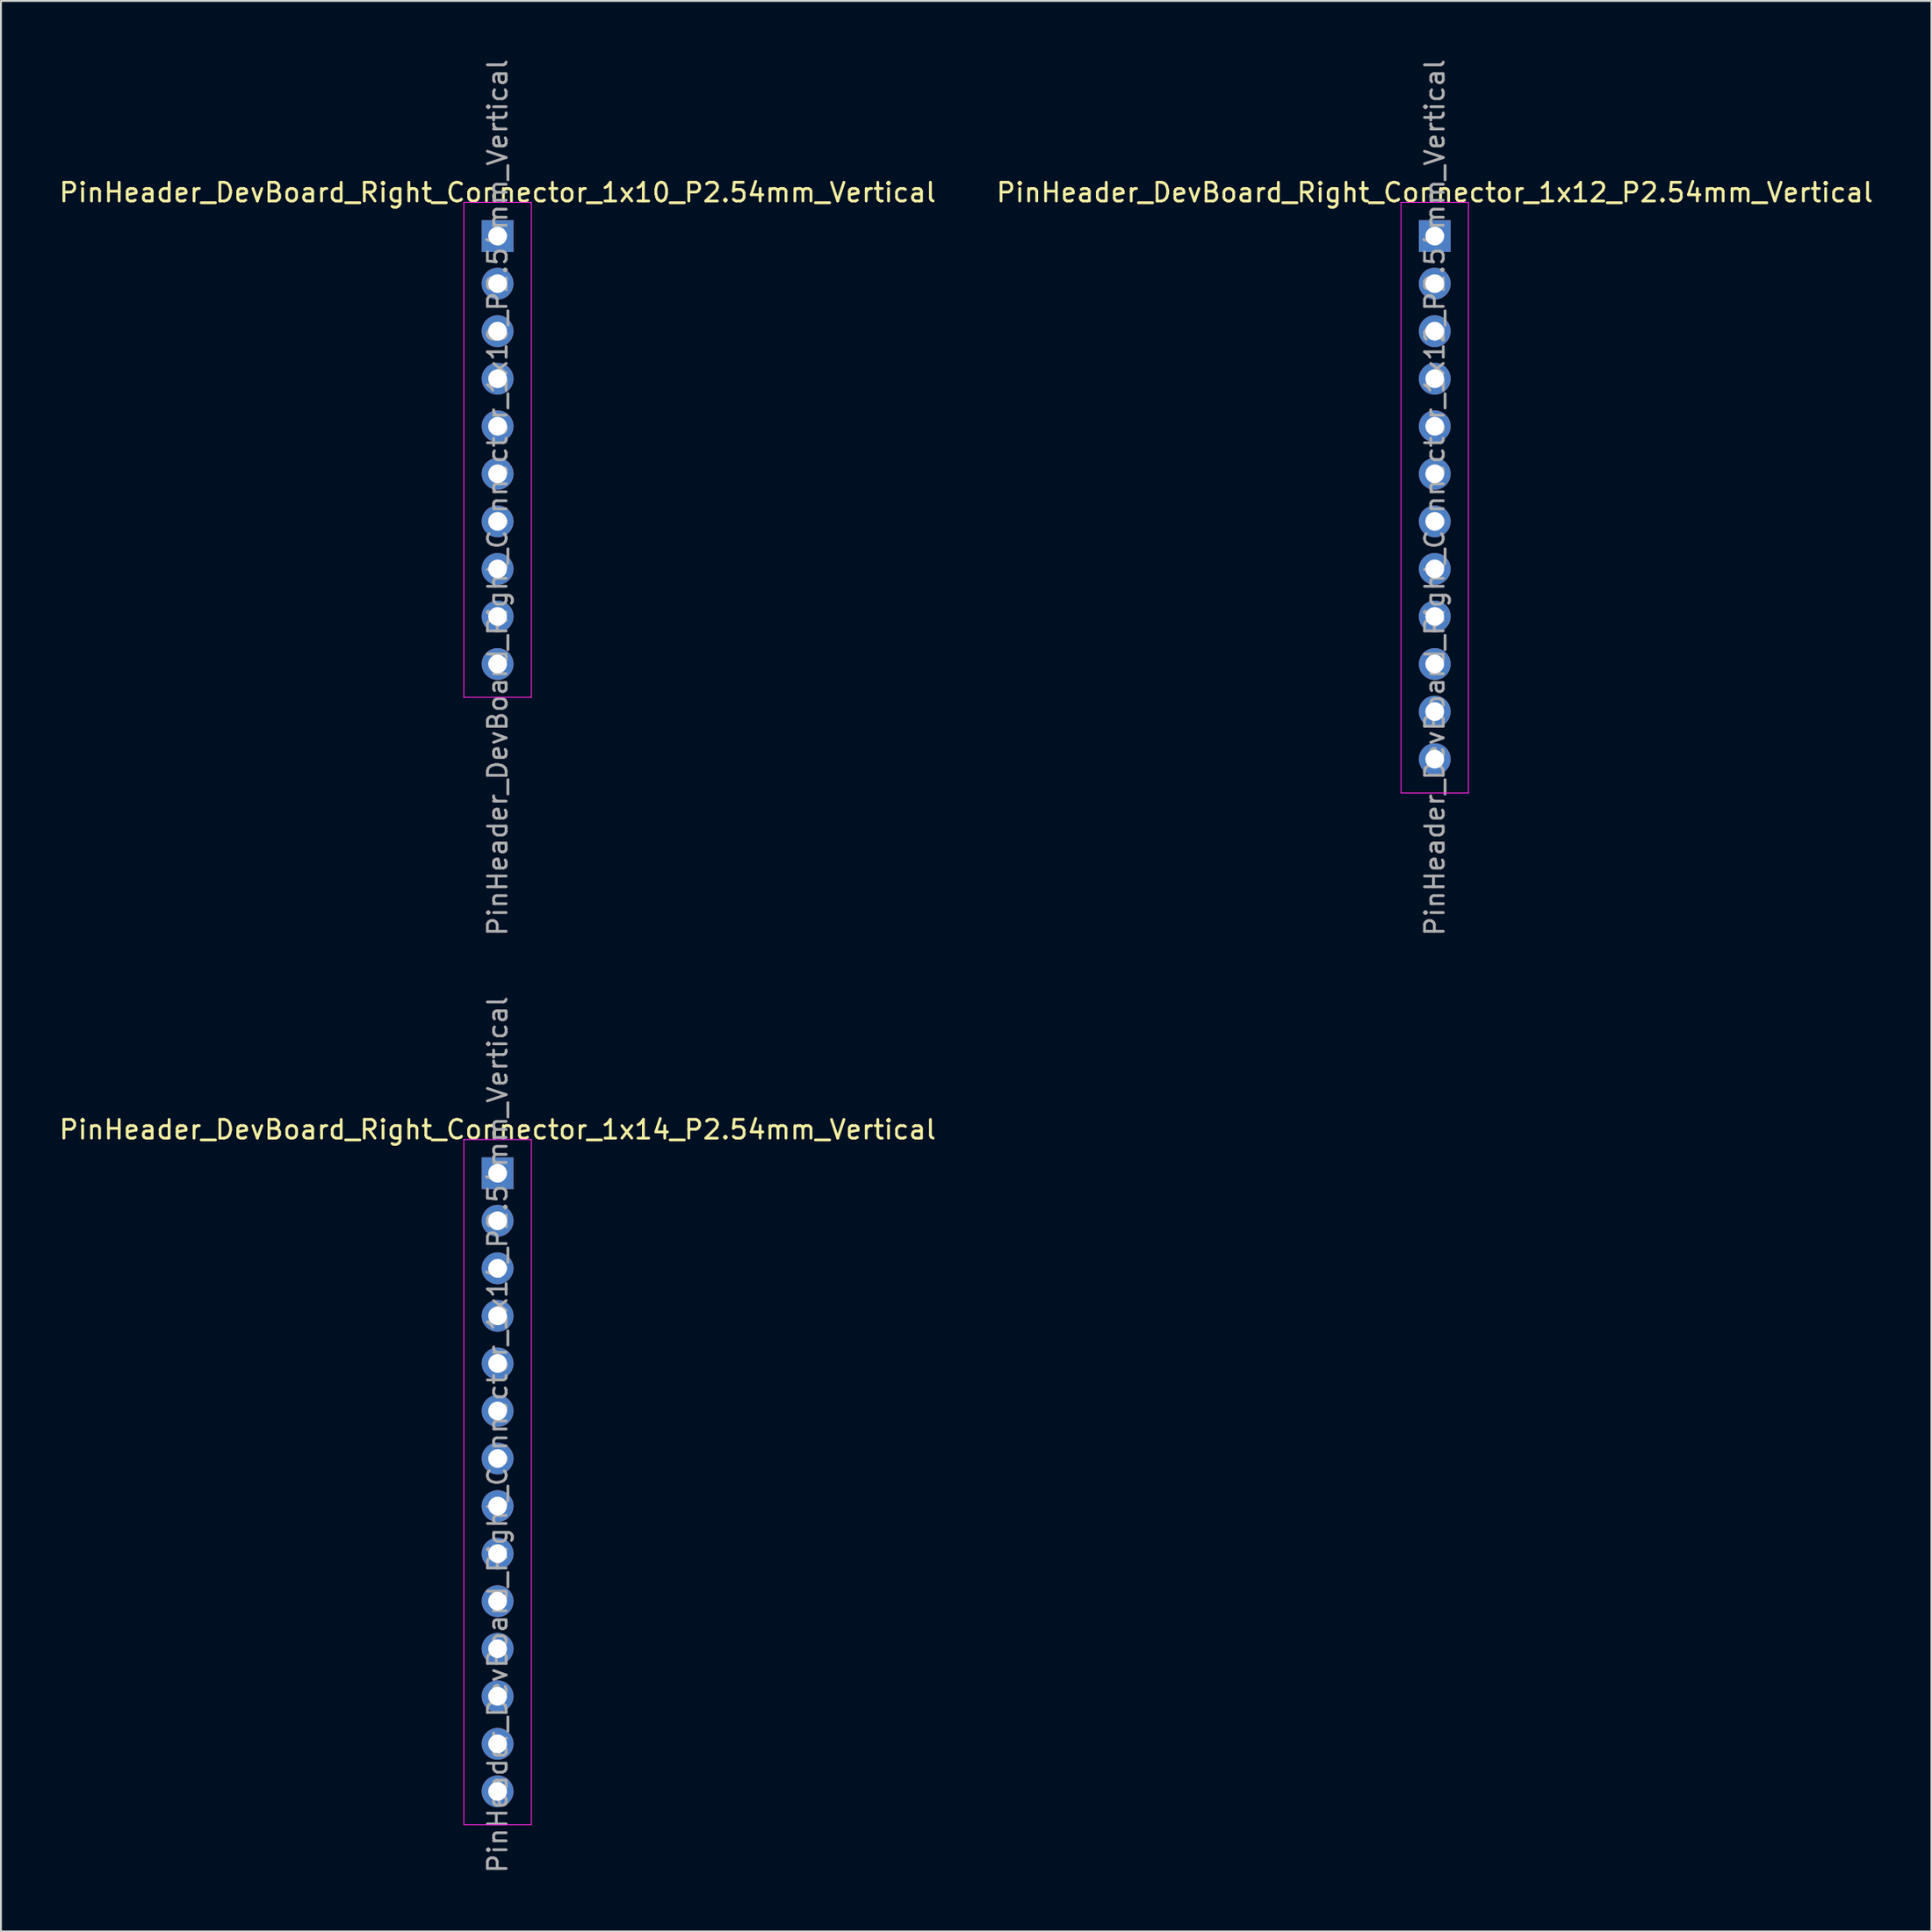
<source format=kicad_pcb>
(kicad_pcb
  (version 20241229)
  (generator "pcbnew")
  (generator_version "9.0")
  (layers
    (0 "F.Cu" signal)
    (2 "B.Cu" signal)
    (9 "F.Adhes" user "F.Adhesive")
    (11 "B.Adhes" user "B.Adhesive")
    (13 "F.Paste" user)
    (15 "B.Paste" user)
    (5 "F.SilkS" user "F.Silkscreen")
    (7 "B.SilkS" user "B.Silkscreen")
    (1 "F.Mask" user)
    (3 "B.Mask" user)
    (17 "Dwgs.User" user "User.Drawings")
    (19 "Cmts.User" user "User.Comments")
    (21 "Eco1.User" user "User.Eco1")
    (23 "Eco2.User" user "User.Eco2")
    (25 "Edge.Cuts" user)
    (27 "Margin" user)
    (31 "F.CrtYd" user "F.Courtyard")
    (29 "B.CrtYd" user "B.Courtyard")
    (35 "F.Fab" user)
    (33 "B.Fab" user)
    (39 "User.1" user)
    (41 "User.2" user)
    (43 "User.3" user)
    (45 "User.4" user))
  (footprint "PinHeader_DevBoard_Right_Connector_1x12_P2.54mm_Vertical"
    (layer "F.Cu")
    (at 73.589 9.56)
    (property "Reference" "PinHeader_DevBoard_Right_Connector_1x12_P2.54mm_Vertical" (at 0 -2.33 0) (layer "F.SilkS") (effects (font (size 1 1) (thickness 0.15))))
    (attr through_hole)
    (fp_line (start -1.8 -1.8) (end -1.8 29.75) (stroke (width 0.05) (type solid)) (layer "F.CrtYd"))
    (fp_line (start -1.8 29.75) (end 1.8 29.75) (stroke (width 0.05) (type solid)) (layer "F.CrtYd"))
    (fp_line (start 1.8 -1.8) (end -1.8 -1.8) (stroke (width 0.05) (type solid)) (layer "F.CrtYd"))
    (fp_line (start 1.8 29.75) (end 1.8 -1.8) (stroke (width 0.05) (type solid)) (layer "F.CrtYd"))
    (fp_text user "${NET_NAME(11)}" (at 0.508 24.638 315) (unlocked yes) (layer "B.SilkS") (effects (font (size 0.6 0.6) (thickness 0.15) (bold yes)) (justify bottom mirror)))
    (fp_text user "${NET_NAME(2)}" (at 0.508 1.778 315) (unlocked yes) (layer "B.SilkS") (effects (font (size 0.6 0.6) (thickness 0.15) (bold yes)) (justify bottom mirror)))
    (fp_text user "${NET_NAME(12)}" (at 0.508 27.178 315) (unlocked yes) (layer "B.SilkS") (effects (font (size 0.6 0.6) (thickness 0.15) (bold yes)) (justify bottom mirror)))
    (fp_text user "${NET_NAME(3)}" (at 0.508 4.318 315) (unlocked yes) (layer "B.SilkS") (effects (font (size 0.6 0.6) (thickness 0.15) (bold yes)) (justify bottom mirror)))
    (fp_text user "${NET_NAME(5)}" (at 0.508 9.398 315) (unlocked yes) (layer "B.SilkS") (effects (font (size 0.6 0.6) (thickness 0.15) (bold yes)) (justify bottom mirror)))
    (fp_text user "${NET_NAME(6)}" (at 0.508 11.938 315) (unlocked yes) (layer "B.SilkS") (effects (font (size 0.6 0.6) (thickness 0.15) (bold yes)) (justify bottom mirror)))
    (fp_text user "${NET_NAME(4)}" (at 0.508 6.858 315) (unlocked yes) (layer "B.SilkS") (effects (font (size 0.6 0.6) (thickness 0.15) (bold yes)) (justify bottom mirror)))
    (fp_text user "${NET_NAME(9)}" (at 0.508 19.558 315) (unlocked yes) (layer "B.SilkS") (effects (font (size 0.6 0.6) (thickness 0.15) (bold yes)) (justify bottom mirror)))
    (fp_text user "${NET_NAME(10)}" (at 0.508 22.098 315) (unlocked yes) (layer "B.SilkS") (effects (font (size 0.6 0.6) (thickness 0.15) (bold yes)) (justify bottom mirror)))
    (fp_text user "${NET_NAME(8)}" (at 0.508 17.018 315) (unlocked yes) (layer "B.SilkS") (effects (font (size 0.6 0.6) (thickness 0.15) (bold yes)) (justify bottom mirror)))
    (fp_text user "${NET_NAME(7)}" (at 0.508 14.478 315) (unlocked yes) (layer "B.SilkS") (effects (font (size 0.6 0.6) (thickness 0.15) (bold yes)) (justify bottom mirror)))
    (fp_text user "${NET_NAME(1)}" (at 0.762 -1.016 315) (unlocked yes) (layer "B.SilkS") (effects (font (size 0.6 0.6) (thickness 0.15) (bold yes)) (justify bottom mirror)))
    (fp_text user "${REFERENCE}" (at 0 13.97 90) (layer "F.Fab") (effects (font (size 1 1) (thickness 0.15))))
    (pad "1" thru_hole rect (at 0 0) (size 1.7 1.7) (drill 1) (layers "*.Cu" "*.Mask"))
    (pad "2" thru_hole oval (at 0 2.54) (size 1.7 1.7) (drill 1) (layers "*.Cu" "*.Mask"))
    (pad "3" thru_hole oval (at 0 5.08) (size 1.7 1.7) (drill 1) (layers "*.Cu" "*.Mask"))
    (pad "4" thru_hole oval (at 0 7.62) (size 1.7 1.7) (drill 1) (layers "*.Cu" "*.Mask"))
    (pad "5" thru_hole oval (at 0 10.16) (size 1.7 1.7) (drill 1) (layers "*.Cu" "*.Mask"))
    (pad "6" thru_hole oval (at 0 12.7) (size 1.7 1.7) (drill 1) (layers "*.Cu" "*.Mask"))
    (pad "7" thru_hole oval (at 0 15.24) (size 1.7 1.7) (drill 1) (layers "*.Cu" "*.Mask"))
    (pad "8" thru_hole oval (at 0 17.78) (size 1.7 1.7) (drill 1) (layers "*.Cu" "*.Mask"))
    (pad "9" thru_hole oval (at 0 20.32) (size 1.7 1.7) (drill 1) (layers "*.Cu" "*.Mask"))
    (pad "10" thru_hole oval (at 0 22.86) (size 1.7 1.7) (drill 1) (layers "*.Cu" "*.Mask"))
    (pad "11" thru_hole oval (at 0 25.4) (size 1.7 1.7) (drill 1) (layers "*.Cu" "*.Mask"))
    (pad "12" thru_hole oval (at 0 27.94) (size 1.7 1.7) (drill 1) (layers "*.Cu" "*.Mask")))
  (footprint "PinHeader_DevBoard_Right_Connector_1x14_P2.54mm_Vertical"
    (layer "F.Cu")
    (at 23.53 59.619)
    (property "Reference" "PinHeader_DevBoard_Right_Connector_1x14_P2.54mm_Vertical" (at 0 -2.33 0) (layer "F.SilkS") (effects (font (size 1 1) (thickness 0.15))))
    (attr through_hole)
    (fp_line (start -1.8 -1.8) (end -1.8 34.798) (stroke (width 0.05) (type solid)) (layer "F.CrtYd"))
    (fp_line (start -1.8 34.798) (end 1.8 34.798) (stroke (width 0.05) (type solid)) (layer "F.CrtYd"))
    (fp_line (start 1.8 -1.8) (end -1.8 -1.8) (stroke (width 0.05) (type solid)) (layer "F.CrtYd"))
    (fp_line (start 1.8 34.798) (end 1.8 -1.8) (stroke (width 0.05) (type solid)) (layer "F.CrtYd"))
    (fp_text user "${NET_NAME(10)}" (at 0.508 22.098 315) (unlocked yes) (layer "B.SilkS") (effects (font (size 0.6 0.6) (thickness 0.15) (bold yes)) (justify bottom mirror)))
    (fp_text user "${NET_NAME(14)}" (at 0.508 32.258 315) (unlocked yes) (layer "B.SilkS") (effects (font (size 0.6 0.6) (thickness 0.15) (bold yes)) (justify bottom mirror)))
    (fp_text user "${NET_NAME(11)}" (at 0.508 24.638 315) (unlocked yes) (layer "B.SilkS") (effects (font (size 0.6 0.6) (thickness 0.15) (bold yes)) (justify bottom mirror)))
    (fp_text user "${NET_NAME(3)}" (at 0.508 4.318 315) (unlocked yes) (layer "B.SilkS") (effects (font (size 0.6 0.6) (thickness 0.15) (bold yes)) (justify bottom mirror)))
    (fp_text user "${NET_NAME(9)}" (at 0.508 19.558 315) (unlocked yes) (layer "B.SilkS") (effects (font (size 0.6 0.6) (thickness 0.15) (bold yes)) (justify bottom mirror)))
    (fp_text user "${NET_NAME(12)}" (at 0.508 27.178 315) (unlocked yes) (layer "B.SilkS") (effects (font (size 0.6 0.6) (thickness 0.15) (bold yes)) (justify bottom mirror)))
    (fp_text user "${NET_NAME(8)}" (at 0.508 17.018 315) (unlocked yes) (layer "B.SilkS") (effects (font (size 0.6 0.6) (thickness 0.15) (bold yes)) (justify bottom mirror)))
    (fp_text user "${NET_NAME(7)}" (at 0.508 14.478 315) (unlocked yes) (layer "B.SilkS") (effects (font (size 0.6 0.6) (thickness 0.15) (bold yes)) (justify bottom mirror)))
    (fp_text user "${NET_NAME(6)}" (at 0.508 11.938 315) (unlocked yes) (layer "B.SilkS") (effects (font (size 0.6 0.6) (thickness 0.15) (bold yes)) (justify bottom mirror)))
    (fp_text user "${NET_NAME(2)}" (at 0.508 1.778 315) (unlocked yes) (layer "B.SilkS") (effects (font (size 0.6 0.6) (thickness 0.15) (bold yes)) (justify bottom mirror)))
    (fp_text user "${NET_NAME(5)}" (at 0.508 9.398 315) (unlocked yes) (layer "B.SilkS") (effects (font (size 0.6 0.6) (thickness 0.15) (bold yes)) (justify bottom mirror)))
    (fp_text user "${NET_NAME(4)}" (at 0.508 6.858 315) (unlocked yes) (layer "B.SilkS") (effects (font (size 0.6 0.6) (thickness 0.15) (bold yes)) (justify bottom mirror)))
    (fp_text user "${NET_NAME(13)}" (at 0.508 29.718 315) (unlocked yes) (layer "B.SilkS") (effects (font (size 0.6 0.6) (thickness 0.15) (bold yes)) (justify bottom mirror)))
    (fp_text user "${NET_NAME(1)}" (at 0.762 -1.016 315) (unlocked yes) (layer "B.SilkS") (effects (font (size 0.6 0.6) (thickness 0.15) (bold yes)) (justify bottom mirror)))
    (fp_text user "${REFERENCE}" (at 0 13.97 90) (layer "F.Fab") (effects (font (size 1 1) (thickness 0.15))))
    (pad "1" thru_hole rect (at 0 0) (size 1.7 1.7) (drill 1) (layers "*.Cu" "*.Mask"))
    (pad "2" thru_hole oval (at 0 2.54) (size 1.7 1.7) (drill 1) (layers "*.Cu" "*.Mask"))
    (pad "3" thru_hole oval (at 0 5.08) (size 1.7 1.7) (drill 1) (layers "*.Cu" "*.Mask"))
    (pad "4" thru_hole oval (at 0 7.62) (size 1.7 1.7) (drill 1) (layers "*.Cu" "*.Mask"))
    (pad "5" thru_hole oval (at 0 10.16) (size 1.7 1.7) (drill 1) (layers "*.Cu" "*.Mask"))
    (pad "6" thru_hole oval (at 0 12.7) (size 1.7 1.7) (drill 1) (layers "*.Cu" "*.Mask"))
    (pad "7" thru_hole oval (at 0 15.24) (size 1.7 1.7) (drill 1) (layers "*.Cu" "*.Mask"))
    (pad "8" thru_hole oval (at 0 17.78) (size 1.7 1.7) (drill 1) (layers "*.Cu" "*.Mask"))
    (pad "9" thru_hole oval (at 0 20.32) (size 1.7 1.7) (drill 1) (layers "*.Cu" "*.Mask"))
    (pad "10" thru_hole oval (at 0 22.86) (size 1.7 1.7) (drill 1) (layers "*.Cu" "*.Mask"))
    (pad "11" thru_hole oval (at 0 25.4) (size 1.7 1.7) (drill 1) (layers "*.Cu" "*.Mask"))
    (pad "12" thru_hole oval (at 0 27.94) (size 1.7 1.7) (drill 1) (layers "*.Cu" "*.Mask"))
    (pad "13" thru_hole oval (at 0 30.48) (size 1.7 1.7) (drill 1) (layers "*.Cu" "*.Mask"))
    (pad "14" thru_hole oval (at 0 33.02) (size 1.7 1.7) (drill 1) (layers "*.Cu" "*.Mask")))
  (footprint "PinHeader_DevBoard_Right_Connector_1x10_P2.54mm_Vertical"
    (layer "F.Cu")
    (at 23.53 9.56)
    (property "Reference" "PinHeader_DevBoard_Right_Connector_1x10_P2.54mm_Vertical" (at 0 -2.33 0) (layer "F.SilkS") (effects (font (size 1 1) (thickness 0.15))))
    (attr through_hole)
    (fp_line (start -1.8 -1.8) (end -1.8 24.638) (stroke (width 0.05) (type solid)) (layer "F.CrtYd"))
    (fp_line (start -1.8 24.638) (end 1.8 24.638) (stroke (width 0.05) (type solid)) (layer "F.CrtYd"))
    (fp_line (start 1.8 -1.8) (end -1.8 -1.8) (stroke (width 0.05) (type solid)) (layer "F.CrtYd"))
    (fp_line (start 1.8 24.638) (end 1.8 -1.8) (stroke (width 0.05) (type solid)) (layer "F.CrtYd"))
    (fp_text user "${NET_NAME(7)}" (at 0.508 14.478 315) (unlocked yes) (layer "B.SilkS") (effects (font (size 0.6 0.6) (thickness 0.15) (bold yes)) (justify bottom mirror)))
    (fp_text user "${NET_NAME(2)}" (at 0.508 1.778 315) (unlocked yes) (layer "B.SilkS") (effects (font (size 0.6 0.6) (thickness 0.15) (bold yes)) (justify bottom mirror)))
    (fp_text user "${NET_NAME(8)}" (at 0.508 17.018 315) (unlocked yes) (layer "B.SilkS") (effects (font (size 0.6 0.6) (thickness 0.15) (bold yes)) (justify bottom mirror)))
    (fp_text user "${NET_NAME(4)}" (at 0.508 6.858 315) (unlocked yes) (layer "B.SilkS") (effects (font (size 0.6 0.6) (thickness 0.15) (bold yes)) (justify bottom mirror)))
    (fp_text user "${NET_NAME(3)}" (at 0.508 4.318 315) (unlocked yes) (layer "B.SilkS") (effects (font (size 0.6 0.6) (thickness 0.15) (bold yes)) (justify bottom mirror)))
    (fp_text user "${NET_NAME(5)}" (at 0.508 9.398 315) (unlocked yes) (layer "B.SilkS") (effects (font (size 0.6 0.6) (thickness 0.15) (bold yes)) (justify bottom mirror)))
    (fp_text user "${NET_NAME(1)}" (at 0.762 -1.016 315) (unlocked yes) (layer "B.SilkS") (effects (font (size 0.6 0.6) (thickness 0.15) (bold yes)) (justify bottom mirror)))
    (fp_text user "${NET_NAME(10)}" (at 0.508 22.098 315) (unlocked yes) (layer "B.SilkS") (effects (font (size 0.6 0.6) (thickness 0.15) (bold yes)) (justify bottom mirror)))
    (fp_text user "${NET_NAME(6)}" (at 0.508 11.938 315) (unlocked yes) (layer "B.SilkS") (effects (font (size 0.6 0.6) (thickness 0.15) (bold yes)) (justify bottom mirror)))
    (fp_text user "${NET_NAME(9)}" (at 0.508 19.558 315) (unlocked yes) (layer "B.SilkS") (effects (font (size 0.6 0.6) (thickness 0.15) (bold yes)) (justify bottom mirror)))
    (fp_text user "${REFERENCE}" (at 0 13.97 90) (layer "F.Fab") (effects (font (size 1 1) (thickness 0.15))))
    (pad "1" thru_hole rect (at 0 0) (size 1.7 1.7) (drill 1) (layers "*.Cu" "*.Mask"))
    (pad "2" thru_hole oval (at 0 2.54) (size 1.7 1.7) (drill 1) (layers "*.Cu" "*.Mask"))
    (pad "3" thru_hole oval (at 0 5.08) (size 1.7 1.7) (drill 1) (layers "*.Cu" "*.Mask"))
    (pad "4" thru_hole oval (at 0 7.62) (size 1.7 1.7) (drill 1) (layers "*.Cu" "*.Mask"))
    (pad "5" thru_hole oval (at 0 10.16) (size 1.7 1.7) (drill 1) (layers "*.Cu" "*.Mask"))
    (pad "6" thru_hole oval (at 0 12.7) (size 1.7 1.7) (drill 1) (layers "*.Cu" "*.Mask"))
    (pad "7" thru_hole oval (at 0 15.24) (size 1.7 1.7) (drill 1) (layers "*.Cu" "*.Mask"))
    (pad "8" thru_hole oval (at 0 17.78) (size 1.7 1.7) (drill 1) (layers "*.Cu" "*.Mask"))
    (pad "9" thru_hole oval (at 0 20.32) (size 1.7 1.7) (drill 1) (layers "*.Cu" "*.Mask"))
    (pad "10" thru_hole oval (at 0 22.86) (size 1.7 1.7) (drill 1) (layers "*.Cu" "*.Mask")))
  (gr_rect
    (start -3 -3)
    (end 100.119 100.119)
    (stroke (width 0.1) (type default))
    (fill no)
    (layer "Edge.Cuts")))
</source>
